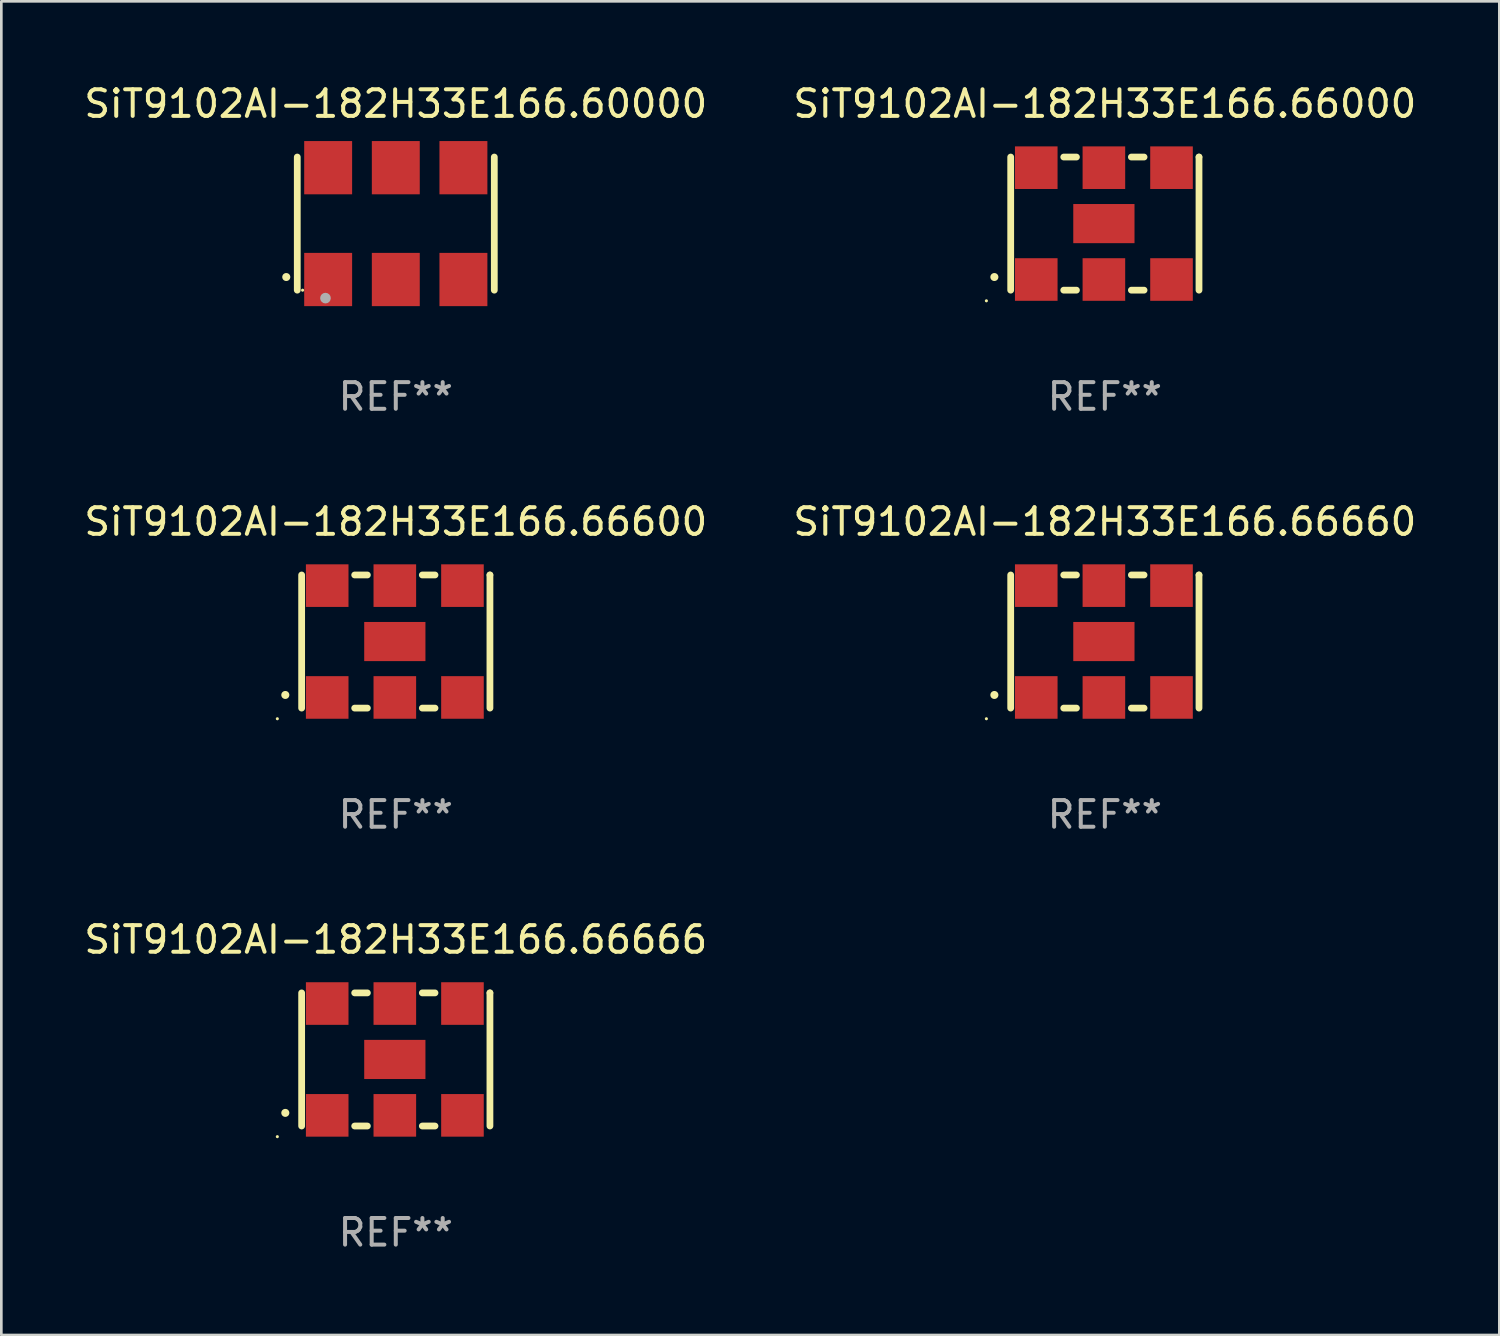
<source format=kicad_pcb>
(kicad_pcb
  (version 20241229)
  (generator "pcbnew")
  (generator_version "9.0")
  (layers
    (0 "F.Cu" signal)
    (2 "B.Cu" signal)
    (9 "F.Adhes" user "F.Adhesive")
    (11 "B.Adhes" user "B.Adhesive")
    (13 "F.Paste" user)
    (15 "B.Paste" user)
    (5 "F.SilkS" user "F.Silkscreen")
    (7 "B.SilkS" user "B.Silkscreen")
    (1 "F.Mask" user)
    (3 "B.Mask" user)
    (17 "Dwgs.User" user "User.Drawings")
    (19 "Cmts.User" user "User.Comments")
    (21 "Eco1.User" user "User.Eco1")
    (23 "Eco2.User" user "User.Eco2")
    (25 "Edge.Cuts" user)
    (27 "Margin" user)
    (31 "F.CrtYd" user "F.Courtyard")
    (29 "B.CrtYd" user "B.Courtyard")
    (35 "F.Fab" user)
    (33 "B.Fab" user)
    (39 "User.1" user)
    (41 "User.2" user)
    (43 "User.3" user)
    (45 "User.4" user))
  (footprint "SiT9102AI-182H33E166.60000"
    (layer "F.Cu")
    (at 11.815 5.348)
    (property "Reference" "SiT9102AI-182H33E166.60000" (at 0 -4.5 0) (layer "F.SilkS") (effects (font (size 1 1) (thickness 0.15))))
    (attr through_hole)
    (fp_line (start -3.7 -2.5) (end -3.7 2.5) (stroke (width 0.254) (type solid)) (layer "F.SilkS"))
    (fp_line (start 3.7 -2.5) (end 3.7 2.5) (stroke (width 0.254) (type solid)) (layer "F.SilkS"))
    (fp_arc (start -4.114415 2.006604) (mid -4.113145 2.006599) (end -4.111875 2.006604) (stroke (width 0.3) (type solid)) (layer "F.SilkS"))
    (fp_circle (center -3.5 2.501) (end -3.47 2.501) (stroke (width 0.06) (type solid)) (fill no) (layer "F.SilkS"))
    (fp_circle (center -2.641 2.799) (end -2.541 2.799) (stroke (width 0.2) (type solid)) (fill no) (layer "F.Fab"))
    (fp_text user "REF**" (at 0 6.5 0) (layer "F.Fab") (effects (font (size 1 1) (thickness 0.15))))
    (pad "1" smd rect (at -2.54 2.1) (size 1.8 2) (layers "F.Cu" "F.Mask" "F.Paste"))
    (pad "2" smd rect (at 0.000394 2.1) (size 1.8 2) (layers "F.Cu" "F.Mask" "F.Paste"))
    (pad "3" smd rect (at 2.54 2.1) (size 1.8 2) (layers "F.Cu" "F.Mask" "F.Paste"))
    (pad "4" smd rect (at 2.54 -2.1) (size 1.8 2) (layers "F.Cu" "F.Mask" "F.Paste"))
    (pad "5" smd rect (at 0.000394 -2.1) (size 1.8 2) (layers "F.Cu" "F.Mask" "F.Paste"))
    (pad "6" smd rect (at -2.54 -2.1) (size 1.8 2) (layers "F.Cu" "F.Mask" "F.Paste")))
  (footprint "SiT9102AI-182H33E166.66666"
    (layer "F.Cu")
    (at 11.815 36.741)
    (property "Reference" "SiT9102AI-182H33E166.66666" (at 0 -4.5 0) (layer "F.SilkS") (effects (font (size 1 1) (thickness 0.15))))
    (attr through_hole)
    (fp_line (start -3.536 -2.5) (end -3.536 2.5) (stroke (width 0.254) (type solid)) (layer "F.SilkS"))
    (fp_line (start -1.544 2.5) (end -1.067 2.5) (stroke (width 0.254) (type solid)) (layer "F.SilkS"))
    (fp_line (start -1.067 -2.5) (end -1.544 -2.5) (stroke (width 0.254) (type solid)) (layer "F.SilkS"))
    (fp_line (start 0.996 2.5) (end 1.473 2.5) (stroke (width 0.254) (type solid)) (layer "F.SilkS"))
    (fp_line (start 1.473 -2.5) (end 0.996 -2.5) (stroke (width 0.254) (type solid)) (layer "F.SilkS"))
    (fp_line (start 3.536 -2.5) (end 3.536 -2.5) (stroke (width 0.254) (type solid)) (layer "F.SilkS"))
    (fp_line (start 3.536 2.5) (end 3.536 -2.5) (stroke (width 0.254) (type solid)) (layer "F.SilkS"))
    (fp_arc (start -4.150432 2.006604) (mid -4.149162 2.006599) (end -4.147892 2.006604) (stroke (width 0.3) (type solid)) (layer "F.SilkS"))
    (fp_circle (center -4.449 2.9) (end -4.419 2.9) (stroke (width 0.06) (type solid)) (fill no) (layer "F.SilkS"))
    (fp_text user "REF**" (at 0 6.5 0) (layer "F.Fab") (effects (font (size 1 1) (thickness 0.15))))
    (pad "1" smd rect (at -2.576 2.1) (size 1.6 1.6) (layers "F.Cu" "F.Mask" "F.Paste"))
    (pad "2" smd rect (at -0.036 2.1) (size 1.6 1.6) (layers "F.Cu" "F.Mask" "F.Paste"))
    (pad "3" smd rect (at 2.504 2.1) (size 1.6 1.6) (layers "F.Cu" "F.Mask" "F.Paste"))
    (pad "4" smd rect (at 2.504 -2.1) (size 1.6 1.6) (layers "F.Cu" "F.Mask" "F.Paste"))
    (pad "5" smd rect (at -0.036 -2.1) (size 1.6 1.6) (layers "F.Cu" "F.Mask" "F.Paste"))
    (pad "6" smd rect (at -2.576 -2.1) (size 1.6 1.6) (layers "F.Cu" "F.Mask" "F.Paste"))
    (pad "7" smd rect (at -0.036 0) (size 2.3 1.47) (layers "F.Cu" "F.Mask" "F.Paste")))
  (footprint "SiT9102AI-182H33E166.66600"
    (layer "F.Cu")
    (at 11.815 21.045)
    (property "Reference" "SiT9102AI-182H33E166.66600" (at 0 -4.5 0) (layer "F.SilkS") (effects (font (size 1 1) (thickness 0.15))))
    (attr through_hole)
    (fp_line (start -3.536 -2.5) (end -3.536 2.5) (stroke (width 0.254) (type solid)) (layer "F.SilkS"))
    (fp_line (start -1.544 2.5) (end -1.067 2.5) (stroke (width 0.254) (type solid)) (layer "F.SilkS"))
    (fp_line (start -1.067 -2.5) (end -1.544 -2.5) (stroke (width 0.254) (type solid)) (layer "F.SilkS"))
    (fp_line (start 0.996 2.5) (end 1.473 2.5) (stroke (width 0.254) (type solid)) (layer "F.SilkS"))
    (fp_line (start 1.473 -2.5) (end 0.996 -2.5) (stroke (width 0.254) (type solid)) (layer "F.SilkS"))
    (fp_line (start 3.536 -2.5) (end 3.536 -2.5) (stroke (width 0.254) (type solid)) (layer "F.SilkS"))
    (fp_line (start 3.536 2.5) (end 3.536 -2.5) (stroke (width 0.254) (type solid)) (layer "F.SilkS"))
    (fp_arc (start -4.150432 2.006604) (mid -4.149162 2.006599) (end -4.147892 2.006604) (stroke (width 0.3) (type solid)) (layer "F.SilkS"))
    (fp_circle (center -4.449 2.9) (end -4.419 2.9) (stroke (width 0.06) (type solid)) (fill no) (layer "F.SilkS"))
    (fp_text user "REF**" (at 0 6.5 0) (layer "F.Fab") (effects (font (size 1 1) (thickness 0.15))))
    (pad "1" smd rect (at -2.576 2.1) (size 1.6 1.6) (layers "F.Cu" "F.Mask" "F.Paste"))
    (pad "2" smd rect (at -0.036 2.1) (size 1.6 1.6) (layers "F.Cu" "F.Mask" "F.Paste"))
    (pad "3" smd rect (at 2.504 2.1) (size 1.6 1.6) (layers "F.Cu" "F.Mask" "F.Paste"))
    (pad "4" smd rect (at 2.504 -2.1) (size 1.6 1.6) (layers "F.Cu" "F.Mask" "F.Paste"))
    (pad "5" smd rect (at -0.036 -2.1) (size 1.6 1.6) (layers "F.Cu" "F.Mask" "F.Paste"))
    (pad "6" smd rect (at -2.576 -2.1) (size 1.6 1.6) (layers "F.Cu" "F.Mask" "F.Paste"))
    (pad "7" smd rect (at -0.036 0) (size 2.3 1.47) (layers "F.Cu" "F.Mask" "F.Paste")))
  (footprint "SiT9102AI-182H33E166.66000"
    (layer "F.Cu")
    (at 38.446 5.348)
    (property "Reference" "SiT9102AI-182H33E166.66000" (at 0 -4.5 0) (layer "F.SilkS") (effects (font (size 1 1) (thickness 0.15))))
    (attr through_hole)
    (fp_line (start -3.536 -2.5) (end -3.536 2.5) (stroke (width 0.254) (type solid)) (layer "F.SilkS"))
    (fp_line (start -1.544 2.5) (end -1.067 2.5) (stroke (width 0.254) (type solid)) (layer "F.SilkS"))
    (fp_line (start -1.067 -2.5) (end -1.544 -2.5) (stroke (width 0.254) (type solid)) (layer "F.SilkS"))
    (fp_line (start 0.996 2.5) (end 1.473 2.5) (stroke (width 0.254) (type solid)) (layer "F.SilkS"))
    (fp_line (start 1.473 -2.5) (end 0.996 -2.5) (stroke (width 0.254) (type solid)) (layer "F.SilkS"))
    (fp_line (start 3.536 -2.5) (end 3.536 -2.5) (stroke (width 0.254) (type solid)) (layer "F.SilkS"))
    (fp_line (start 3.536 2.5) (end 3.536 -2.5) (stroke (width 0.254) (type solid)) (layer "F.SilkS"))
    (fp_arc (start -4.150432 2.006604) (mid -4.149162 2.006599) (end -4.147892 2.006604) (stroke (width 0.3) (type solid)) (layer "F.SilkS"))
    (fp_circle (center -4.449 2.9) (end -4.419 2.9) (stroke (width 0.06) (type solid)) (fill no) (layer "F.SilkS"))
    (fp_text user "REF**" (at 0 6.5 0) (layer "F.Fab") (effects (font (size 1 1) (thickness 0.15))))
    (pad "1" smd rect (at -2.576 2.1) (size 1.6 1.6) (layers "F.Cu" "F.Mask" "F.Paste"))
    (pad "2" smd rect (at -0.036 2.1) (size 1.6 1.6) (layers "F.Cu" "F.Mask" "F.Paste"))
    (pad "3" smd rect (at 2.504 2.1) (size 1.6 1.6) (layers "F.Cu" "F.Mask" "F.Paste"))
    (pad "4" smd rect (at 2.504 -2.1) (size 1.6 1.6) (layers "F.Cu" "F.Mask" "F.Paste"))
    (pad "5" smd rect (at -0.036 -2.1) (size 1.6 1.6) (layers "F.Cu" "F.Mask" "F.Paste"))
    (pad "6" smd rect (at -2.576 -2.1) (size 1.6 1.6) (layers "F.Cu" "F.Mask" "F.Paste"))
    (pad "7" smd rect (at -0.036 0) (size 2.3 1.47) (layers "F.Cu" "F.Mask" "F.Paste")))
  (footprint "SiT9102AI-182H33E166.66660"
    (layer "F.Cu")
    (at 38.446 21.045)
    (property "Reference" "SiT9102AI-182H33E166.66660" (at 0 -4.5 0) (layer "F.SilkS") (effects (font (size 1 1) (thickness 0.15))))
    (attr through_hole)
    (fp_line (start -3.536 -2.5) (end -3.536 2.5) (stroke (width 0.254) (type solid)) (layer "F.SilkS"))
    (fp_line (start -1.544 2.5) (end -1.067 2.5) (stroke (width 0.254) (type solid)) (layer "F.SilkS"))
    (fp_line (start -1.067 -2.5) (end -1.544 -2.5) (stroke (width 0.254) (type solid)) (layer "F.SilkS"))
    (fp_line (start 0.996 2.5) (end 1.473 2.5) (stroke (width 0.254) (type solid)) (layer "F.SilkS"))
    (fp_line (start 1.473 -2.5) (end 0.996 -2.5) (stroke (width 0.254) (type solid)) (layer "F.SilkS"))
    (fp_line (start 3.536 -2.5) (end 3.536 -2.5) (stroke (width 0.254) (type solid)) (layer "F.SilkS"))
    (fp_line (start 3.536 2.5) (end 3.536 -2.5) (stroke (width 0.254) (type solid)) (layer "F.SilkS"))
    (fp_arc (start -4.150432 2.006604) (mid -4.149162 2.006599) (end -4.147892 2.006604) (stroke (width 0.3) (type solid)) (layer "F.SilkS"))
    (fp_circle (center -4.449 2.9) (end -4.419 2.9) (stroke (width 0.06) (type solid)) (fill no) (layer "F.SilkS"))
    (fp_text user "REF**" (at 0 6.5 0) (layer "F.Fab") (effects (font (size 1 1) (thickness 0.15))))
    (pad "1" smd rect (at -2.576 2.1) (size 1.6 1.6) (layers "F.Cu" "F.Mask" "F.Paste"))
    (pad "2" smd rect (at -0.036 2.1) (size 1.6 1.6) (layers "F.Cu" "F.Mask" "F.Paste"))
    (pad "3" smd rect (at 2.504 2.1) (size 1.6 1.6) (layers "F.Cu" "F.Mask" "F.Paste"))
    (pad "4" smd rect (at 2.504 -2.1) (size 1.6 1.6) (layers "F.Cu" "F.Mask" "F.Paste"))
    (pad "5" smd rect (at -0.036 -2.1) (size 1.6 1.6) (layers "F.Cu" "F.Mask" "F.Paste"))
    (pad "6" smd rect (at -2.576 -2.1) (size 1.6 1.6) (layers "F.Cu" "F.Mask" "F.Paste"))
    (pad "7" smd rect (at -0.036 0) (size 2.3 1.47) (layers "F.Cu" "F.Mask" "F.Paste")))
  (gr_rect
    (start -3 -3)
    (end 53.262 47.09)
    (stroke (width 0.1) (type default))
    (fill no)
    (layer "Edge.Cuts")))
</source>
